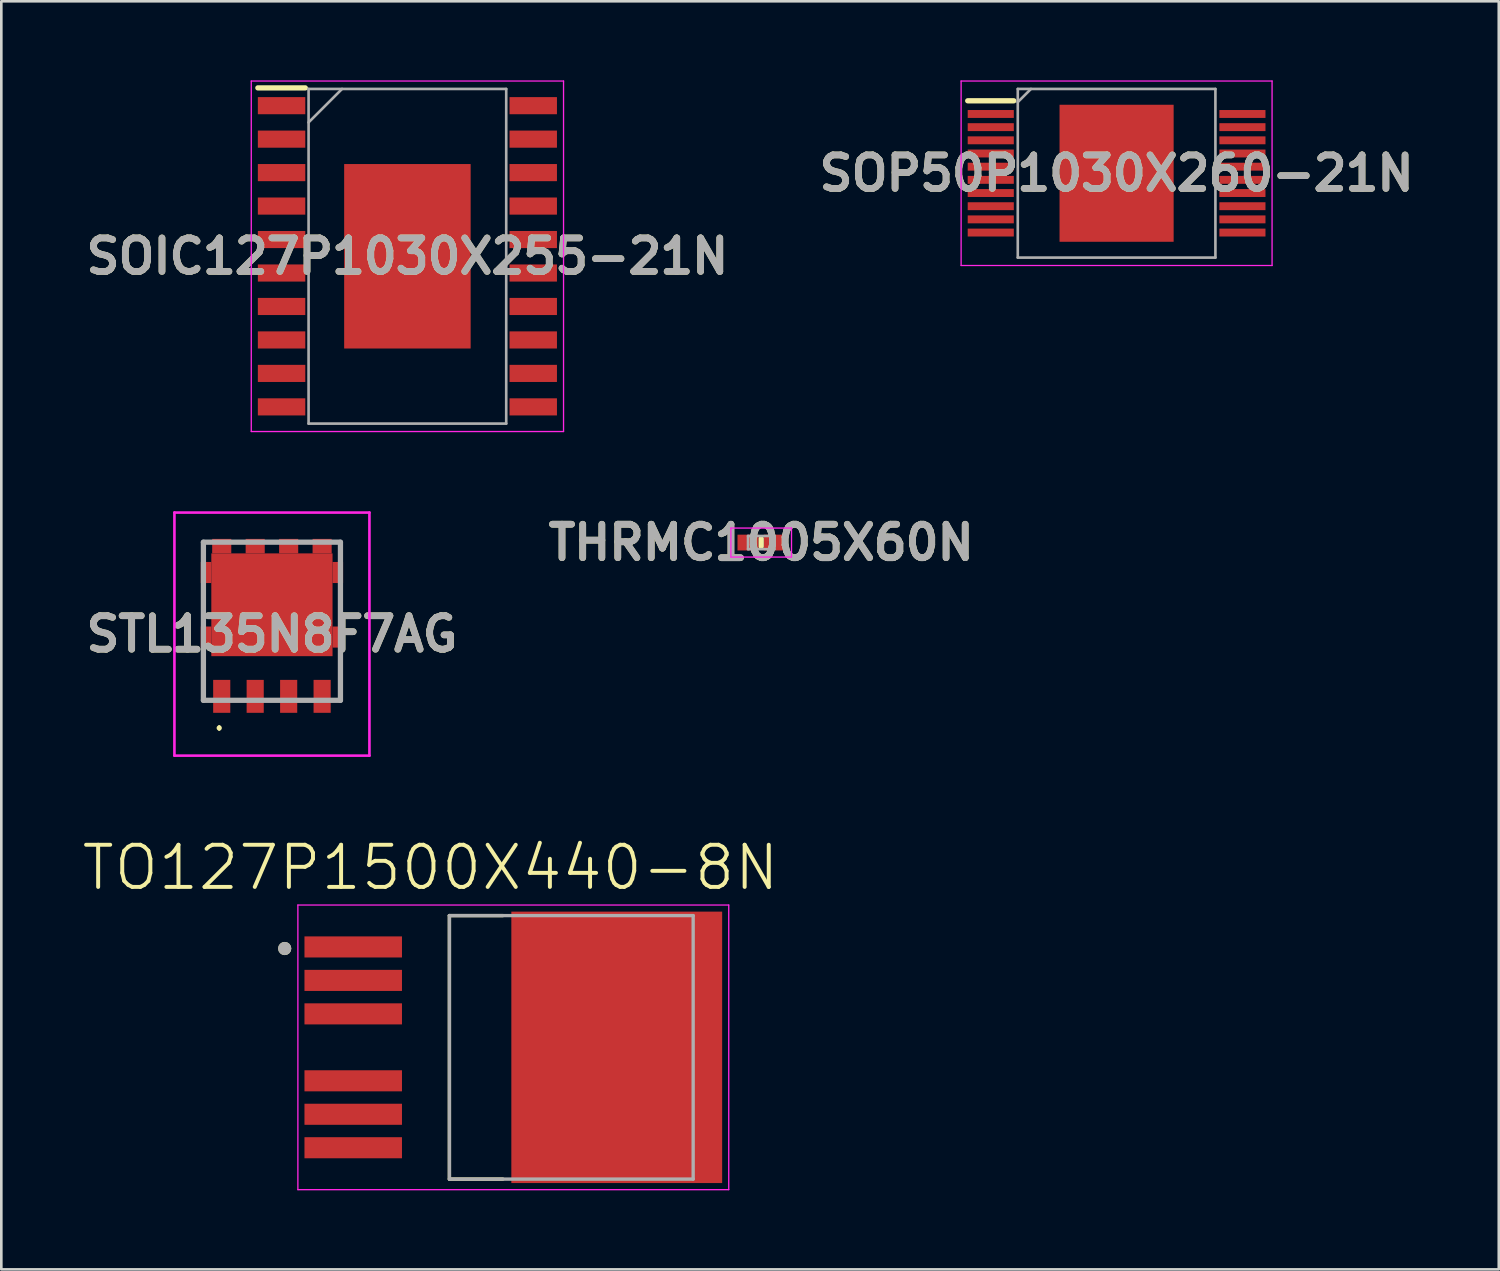
<source format=kicad_pcb>
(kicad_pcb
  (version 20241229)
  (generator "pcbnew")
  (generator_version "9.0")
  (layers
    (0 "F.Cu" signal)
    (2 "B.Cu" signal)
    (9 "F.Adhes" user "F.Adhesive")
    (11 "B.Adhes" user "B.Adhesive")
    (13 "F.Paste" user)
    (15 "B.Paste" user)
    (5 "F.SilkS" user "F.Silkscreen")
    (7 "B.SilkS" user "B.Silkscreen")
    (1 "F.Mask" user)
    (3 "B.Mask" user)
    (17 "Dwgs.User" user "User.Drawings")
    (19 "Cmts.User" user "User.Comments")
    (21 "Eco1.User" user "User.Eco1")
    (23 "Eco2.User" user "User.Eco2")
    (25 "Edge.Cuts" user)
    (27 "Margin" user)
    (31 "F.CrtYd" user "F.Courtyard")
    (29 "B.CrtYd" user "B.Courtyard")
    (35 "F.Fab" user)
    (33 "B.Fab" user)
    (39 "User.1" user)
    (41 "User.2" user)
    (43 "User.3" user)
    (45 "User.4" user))
  (footprint "SOIC127P1030X255-21N"
    (layer "F.Cu")
    (at 12.41 6.675)
    (property "Reference" "SOIC127P1030X255-21N" (at 0 0 0) (layer "F.SilkS") (effects (font (size 1.27 1.27) (thickness 0.254))))
    (attr smd)
    (fp_line (start -5.675 -6.39) (end -3.875 -6.39) (stroke (width 0.2) (type solid)) (layer "F.SilkS"))
    (fp_line (start -5.925 -6.65) (end 5.925 -6.65) (stroke (width 0.05) (type solid)) (layer "F.CrtYd"))
    (fp_line (start -5.925 6.65) (end -5.925 -6.65) (stroke (width 0.05) (type solid)) (layer "F.CrtYd"))
    (fp_line (start 5.925 -6.65) (end 5.925 6.65) (stroke (width 0.05) (type solid)) (layer "F.CrtYd"))
    (fp_line (start 5.925 6.65) (end -5.925 6.65) (stroke (width 0.05) (type solid)) (layer "F.CrtYd"))
    (fp_line (start -3.75 -6.35) (end 3.75 -6.35) (stroke (width 0.1) (type solid)) (layer "F.Fab"))
    (fp_line (start -3.75 -5.08) (end -2.48 -6.35) (stroke (width 0.1) (type solid)) (layer "F.Fab"))
    (fp_line (start -3.75 6.35) (end -3.75 -6.35) (stroke (width 0.1) (type solid)) (layer "F.Fab"))
    (fp_line (start 3.75 -6.35) (end 3.75 6.35) (stroke (width 0.1) (type solid)) (layer "F.Fab"))
    (fp_line (start 3.75 6.35) (end -3.75 6.35) (stroke (width 0.1) (type solid)) (layer "F.Fab"))
    (fp_text user "${REFERENCE}" (at 0 0 0) (layer "F.Fab") (effects (font (size 1.27 1.27) (thickness 0.254))))
    (pad "1" smd rect (at -4.775 -5.715 90) (size 0.65 1.8) (layers "F.Cu" "F.Mask" "F.Paste"))
    (pad "2" smd rect (at -4.775 -4.445 90) (size 0.65 1.8) (layers "F.Cu" "F.Mask" "F.Paste"))
    (pad "3" smd rect (at -4.775 -3.175 90) (size 0.65 1.8) (layers "F.Cu" "F.Mask" "F.Paste"))
    (pad "4" smd rect (at -4.775 -1.905 90) (size 0.65 1.8) (layers "F.Cu" "F.Mask" "F.Paste"))
    (pad "5" smd rect (at -4.775 -0.635 90) (size 0.65 1.8) (layers "F.Cu" "F.Mask" "F.Paste"))
    (pad "6" smd rect (at -4.775 0.635 90) (size 0.65 1.8) (layers "F.Cu" "F.Mask" "F.Paste"))
    (pad "7" smd rect (at -4.775 1.905 90) (size 0.65 1.8) (layers "F.Cu" "F.Mask" "F.Paste"))
    (pad "8" smd rect (at -4.775 3.175 90) (size 0.65 1.8) (layers "F.Cu" "F.Mask" "F.Paste"))
    (pad "9" smd rect (at -4.775 4.445 90) (size 0.65 1.8) (layers "F.Cu" "F.Mask" "F.Paste"))
    (pad "10" smd rect (at -4.775 5.715 90) (size 0.65 1.8) (layers "F.Cu" "F.Mask" "F.Paste"))
    (pad "11" smd rect (at 4.775 5.715 90) (size 0.65 1.8) (layers "F.Cu" "F.Mask" "F.Paste"))
    (pad "12" smd rect (at 4.775 4.445 90) (size 0.65 1.8) (layers "F.Cu" "F.Mask" "F.Paste"))
    (pad "13" smd rect (at 4.775 3.175 90) (size 0.65 1.8) (layers "F.Cu" "F.Mask" "F.Paste"))
    (pad "14" smd rect (at 4.775 1.905 90) (size 0.65 1.8) (layers "F.Cu" "F.Mask" "F.Paste"))
    (pad "15" smd rect (at 4.775 0.635 90) (size 0.65 1.8) (layers "F.Cu" "F.Mask" "F.Paste"))
    (pad "16" smd rect (at 4.775 -0.635 90) (size 0.65 1.8) (layers "F.Cu" "F.Mask" "F.Paste"))
    (pad "17" smd rect (at 4.775 -1.905 90) (size 0.65 1.8) (layers "F.Cu" "F.Mask" "F.Paste"))
    (pad "18" smd rect (at 4.775 -3.175 90) (size 0.65 1.8) (layers "F.Cu" "F.Mask" "F.Paste"))
    (pad "19" smd rect (at 4.775 -4.445 90) (size 0.65 1.8) (layers "F.Cu" "F.Mask" "F.Paste"))
    (pad "20" smd rect (at 4.775 -5.715 90) (size 0.65 1.8) (layers "F.Cu" "F.Mask" "F.Paste"))
    (pad "21" smd rect (at 0 0) (size 4.8 7) (layers "F.Cu" "F.Mask" "F.Paste")))
  (footprint "TO127P1500X440-8N"
    (layer "F.Cu")
    (at 16.429 36.694)
    (property "Reference" "TO127P1500X440-8N" (at -3.145 -6.82 0) (layer "F.SilkS") (effects (font (size 1.6 1.6) (thickness 0.15))))
    (attr through_hole)
    (fp_line (start -2.425 -5) (end -0.395 -5) (stroke (width 0.127) (type solid)) (layer "F.SilkS"))
    (fp_line (start -2.425 5) (end -2.425 -5) (stroke (width 0.127) (type solid)) (layer "F.SilkS"))
    (fp_line (start -2.425 5) (end -0.395 5) (stroke (width 0.127) (type solid)) (layer "F.SilkS"))
    (fp_circle (center -8.675 -3.75) (end -8.55 -3.75) (stroke (width 0.25) (type solid)) (fill no) (layer "F.SilkS"))
    (fp_poly (pts (xy 1.395 -3.26) (xy 6.455 -3.26) (xy 6.455 3.26) (xy 1.395 3.26)) (stroke (width 0.01) (type solid)) (fill yes) (layer "F.Paste"))
    (fp_line (start -8.175 -5.4) (end 8.175 -5.4) (stroke (width 0.05) (type solid)) (layer "F.CrtYd"))
    (fp_line (start -8.175 5.4) (end -8.175 -5.4) (stroke (width 0.05) (type solid)) (layer "F.CrtYd"))
    (fp_line (start -8.175 5.4) (end 8.175 5.4) (stroke (width 0.05) (type solid)) (layer "F.CrtYd"))
    (fp_line (start 8.175 5.4) (end 8.175 -5.4) (stroke (width 0.05) (type solid)) (layer "F.CrtYd"))
    (fp_line (start -2.425 -5) (end 6.825 -5) (stroke (width 0.127) (type solid)) (layer "F.Fab"))
    (fp_line (start -2.425 5) (end -2.425 -5) (stroke (width 0.127) (type solid)) (layer "F.Fab"))
    (fp_line (start -2.425 5) (end 6.825 5) (stroke (width 0.127) (type solid)) (layer "F.Fab"))
    (fp_line (start 6.825 5) (end 6.825 -5) (stroke (width 0.127) (type solid)) (layer "F.Fab"))
    (fp_circle (center -8.675 -3.75) (end -8.55 -3.75) (stroke (width 0.25) (type solid)) (fill no) (layer "F.Fab"))
    (pad "1" smd rect (at -6.075 -3.81) (size 3.7 0.8) (layers "F.Cu" "F.Mask" "F.Paste"))
    (pad "2" smd rect (at -6.075 -2.54) (size 3.7 0.8) (layers "F.Cu" "F.Mask" "F.Paste"))
    (pad "3" smd rect (at -6.075 -1.27) (size 3.7 0.8) (layers "F.Cu" "F.Mask" "F.Paste"))
    (pad "5" smd rect (at -6.075 1.27) (size 3.7 0.8) (layers "F.Cu" "F.Mask" "F.Paste"))
    (pad "6" smd rect (at -6.075 2.54) (size 3.7 0.8) (layers "F.Cu" "F.Mask" "F.Paste"))
    (pad "7" smd rect (at -6.075 3.81) (size 3.7 0.8) (layers "F.Cu" "F.Mask" "F.Paste"))
    (pad "8" smd rect (at 3.925 0 90) (size 10.3 8) (layers "F.Cu" "F.Mask")))
  (footprint "SOP50P1030X260-21N"
    (layer "F.Cu")
    (at 39.322 3.525)
    (property "Reference" "SOP50P1030X260-21N" (at 0 0 0) (layer "F.SilkS") (effects (font (size 1.27 1.27) (thickness 0.254))))
    (attr smd)
    (fp_line (start -5.65 -2.75) (end -3.9 -2.75) (stroke (width 0.2) (type solid)) (layer "F.SilkS"))
    (fp_line (start -5.9 -3.5) (end 5.9 -3.5) (stroke (width 0.05) (type solid)) (layer "F.CrtYd"))
    (fp_line (start -5.9 3.5) (end -5.9 -3.5) (stroke (width 0.05) (type solid)) (layer "F.CrtYd"))
    (fp_line (start 5.9 -3.5) (end 5.9 3.5) (stroke (width 0.05) (type solid)) (layer "F.CrtYd"))
    (fp_line (start 5.9 3.5) (end -5.9 3.5) (stroke (width 0.05) (type solid)) (layer "F.CrtYd"))
    (fp_line (start -3.75 -3.2) (end 3.75 -3.2) (stroke (width 0.1) (type solid)) (layer "F.Fab"))
    (fp_line (start -3.75 -2.7) (end -3.25 -3.2) (stroke (width 0.1) (type solid)) (layer "F.Fab"))
    (fp_line (start -3.75 3.2) (end -3.75 -3.2) (stroke (width 0.1) (type solid)) (layer "F.Fab"))
    (fp_line (start 3.75 -3.2) (end 3.75 3.2) (stroke (width 0.1) (type solid)) (layer "F.Fab"))
    (fp_line (start 3.75 3.2) (end -3.75 3.2) (stroke (width 0.1) (type solid)) (layer "F.Fab"))
    (fp_text user "${REFERENCE}" (at 0 0 0) (layer "F.Fab") (effects (font (size 1.27 1.27) (thickness 0.254))))
    (pad "1" smd rect (at -4.775 -2.25 90) (size 0.3 1.75) (layers "F.Cu" "F.Mask" "F.Paste"))
    (pad "2" smd rect (at -4.775 -1.75 90) (size 0.3 1.75) (layers "F.Cu" "F.Mask" "F.Paste"))
    (pad "3" smd rect (at -4.775 -1.25 90) (size 0.3 1.75) (layers "F.Cu" "F.Mask" "F.Paste"))
    (pad "4" smd rect (at -4.775 -0.75 90) (size 0.3 1.75) (layers "F.Cu" "F.Mask" "F.Paste"))
    (pad "5" smd rect (at -4.775 -0.25 90) (size 0.3 1.75) (layers "F.Cu" "F.Mask" "F.Paste"))
    (pad "6" smd rect (at -4.775 0.25 90) (size 0.3 1.75) (layers "F.Cu" "F.Mask" "F.Paste"))
    (pad "7" smd rect (at -4.775 0.75 90) (size 0.3 1.75) (layers "F.Cu" "F.Mask" "F.Paste"))
    (pad "8" smd rect (at -4.775 1.25 90) (size 0.3 1.75) (layers "F.Cu" "F.Mask" "F.Paste"))
    (pad "9" smd rect (at -4.775 1.75 90) (size 0.3 1.75) (layers "F.Cu" "F.Mask" "F.Paste"))
    (pad "10" smd rect (at -4.775 2.25 90) (size 0.3 1.75) (layers "F.Cu" "F.Mask" "F.Paste"))
    (pad "11" smd rect (at 4.775 2.25 90) (size 0.3 1.75) (layers "F.Cu" "F.Mask" "F.Paste"))
    (pad "12" smd rect (at 4.775 1.75 90) (size 0.3 1.75) (layers "F.Cu" "F.Mask" "F.Paste"))
    (pad "13" smd rect (at 4.775 1.25 90) (size 0.3 1.75) (layers "F.Cu" "F.Mask" "F.Paste"))
    (pad "14" smd rect (at 4.775 0.75 90) (size 0.3 1.75) (layers "F.Cu" "F.Mask" "F.Paste"))
    (pad "15" smd rect (at 4.775 0.25 90) (size 0.3 1.75) (layers "F.Cu" "F.Mask" "F.Paste"))
    (pad "16" smd rect (at 4.775 -0.25 90) (size 0.3 1.75) (layers "F.Cu" "F.Mask" "F.Paste"))
    (pad "17" smd rect (at 4.775 -0.75 90) (size 0.3 1.75) (layers "F.Cu" "F.Mask" "F.Paste"))
    (pad "18" smd rect (at 4.775 -1.25 90) (size 0.3 1.75) (layers "F.Cu" "F.Mask" "F.Paste"))
    (pad "19" smd rect (at 4.775 -1.75 90) (size 0.3 1.75) (layers "F.Cu" "F.Mask" "F.Paste"))
    (pad "20" smd rect (at 4.775 -2.25 90) (size 0.3 1.75) (layers "F.Cu" "F.Mask" "F.Paste"))
    (pad "21" smd rect (at 0 0) (size 4.33 5.2) (layers "F.Cu" "F.Mask" "F.Paste")))
  (footprint "STL135N8F7AG"
    (layer "F.Cu")
    (at 7.269 20.525)
    (property "Reference" "STL135N8F7AG" (at 0 0.487 0) (layer "F.SilkS") (effects (font (size 1.27 1.27) (thickness 0.254))))
    (attr smd)
    (fp_line (start -2.6 1.2) (end -2.6 3) (stroke (width 0.1) (type solid)) (layer "F.SilkS"))
    (fp_line (start -2.6 3) (end -2.4 3) (stroke (width 0.1) (type solid)) (layer "F.SilkS"))
    (fp_line (start -2 4) (end -2 4) (stroke (width 0.1) (type solid)) (layer "F.SilkS"))
    (fp_line (start -2 4.1) (end -2 4.1) (stroke (width 0.1) (type solid)) (layer "F.SilkS"))
    (fp_line (start 2.6 1.4) (end 2.6 3) (stroke (width 0.1) (type solid)) (layer "F.SilkS"))
    (fp_line (start 2.6 3) (end 2.4 3) (stroke (width 0.1) (type solid)) (layer "F.SilkS"))
    (fp_arc (start -2 4) (mid -1.95 4.05) (end -2 4.1) (stroke (width 0.1) (type solid)) (layer "F.SilkS"))
    (fp_arc (start -2 4.1) (mid -2.05 4.05) (end -2 4) (stroke (width 0.1) (type solid)) (layer "F.SilkS"))
    (fp_line (start -3.7 -4.125) (end 3.7 -4.125) (stroke (width 0.1) (type solid)) (layer "F.CrtYd"))
    (fp_line (start -3.7 5.1) (end -3.7 -4.125) (stroke (width 0.1) (type solid)) (layer "F.CrtYd"))
    (fp_line (start 3.7 -4.125) (end 3.7 5.1) (stroke (width 0.1) (type solid)) (layer "F.CrtYd"))
    (fp_line (start 3.7 5.1) (end -3.7 5.1) (stroke (width 0.1) (type solid)) (layer "F.CrtYd"))
    (fp_line (start -2.6 -3) (end 2.6 -3) (stroke (width 0.2) (type solid)) (layer "F.Fab"))
    (fp_line (start -2.6 3) (end -2.6 -3) (stroke (width 0.2) (type solid)) (layer "F.Fab"))
    (fp_line (start 2.6 -3) (end 2.6 3) (stroke (width 0.2) (type solid)) (layer "F.Fab"))
    (fp_line (start 2.6 3) (end -2.6 3) (stroke (width 0.2) (type solid)) (layer "F.Fab"))
    (fp_text user "${REFERENCE}" (at 0 0.487 0) (layer "F.Fab") (effects (font (size 1.27 1.27) (thickness 0.254))))
    (pad "1" smd rect (at -1.905 2.85) (size 0.65 1.25) (layers "F.Cu" "F.Mask" "F.Paste"))
    (pad "2" smd rect (at -0.635 2.85) (size 0.65 1.25) (layers "F.Cu" "F.Mask" "F.Paste"))
    (pad "3" smd rect (at 0.635 2.85) (size 0.65 1.25) (layers "F.Cu" "F.Mask" "F.Paste"))
    (pad "4" smd rect (at 1.905 2.85) (size 0.65 1.25) (layers "F.Cu" "F.Mask" "F.Paste"))
    (pad "5" smd rect (at 1.905 -2.85 90) (size 0.55 0.725) (layers "F.Cu" "F.Mask" "F.Paste"))
    (pad "6" smd rect (at 0.635 -2.85 90) (size 0.55 0.725) (layers "F.Cu" "F.Mask" "F.Paste"))
    (pad "7" smd rect (at -0.635 -2.85 90) (size 0.55 0.725) (layers "F.Cu" "F.Mask" "F.Paste"))
    (pad "8" smd rect (at -1.905 -2.85 90) (size 0.55 0.725) (layers "F.Cu" "F.Mask" "F.Paste"))
    (pad "9" smd rect (at 0 -0.625 90) (size 3.9 4.6) (layers "F.Cu" "F.Mask" "F.Paste"))
    (pad "10" smd rect (at 2.5 -1.85) (size 0.4 0.8) (layers "F.Cu" "F.Mask" "F.Paste"))
    (pad "11" smd rect (at 2.5 0.6) (size 0.4 0.8) (layers "F.Cu" "F.Mask" "F.Paste"))
    (pad "12" smd rect (at -2.5 -1.85) (size 0.4 0.8) (layers "F.Cu" "F.Mask" "F.Paste"))
    (pad "13" smd rect (at -2.5 0.6) (size 0.4 0.8) (layers "F.Cu" "F.Mask" "F.Paste")))
  (footprint "THRMC1005X60N"
    (layer "F.Cu")
    (at 25.836 17.539)
    (property "Reference" "THRMC1005X60N" (at 0 0 0) (layer "F.SilkS") (effects (font (size 1.27 1.27) (thickness 0.254))))
    (attr smd)
    (fp_line (start 0 -0.15) (end 0 0.15) (stroke (width 0.2) (type solid)) (layer "F.SilkS"))
    (fp_line (start -1.15 -0.55) (end 1.15 -0.55) (stroke (width 0.05) (type solid)) (layer "F.CrtYd"))
    (fp_line (start -1.15 0.55) (end -1.15 -0.55) (stroke (width 0.05) (type solid)) (layer "F.CrtYd"))
    (fp_line (start 1.15 -0.55) (end 1.15 0.55) (stroke (width 0.05) (type solid)) (layer "F.CrtYd"))
    (fp_line (start 1.15 0.55) (end -1.15 0.55) (stroke (width 0.05) (type solid)) (layer "F.CrtYd"))
    (fp_line (start -0.5 -0.25) (end 0.5 -0.25) (stroke (width 0.1) (type solid)) (layer "F.Fab"))
    (fp_line (start -0.5 0.25) (end -0.5 -0.25) (stroke (width 0.1) (type solid)) (layer "F.Fab"))
    (fp_line (start 0.5 -0.25) (end 0.5 0.25) (stroke (width 0.1) (type solid)) (layer "F.Fab"))
    (fp_line (start 0.5 0.25) (end -0.5 0.25) (stroke (width 0.1) (type solid)) (layer "F.Fab"))
    (fp_text user "${REFERENCE}" (at 0 0 0) (layer "F.Fab") (effects (font (size 1.27 1.27) (thickness 0.254))))
    (pad "1" smd rect (at -0.5 0 90) (size 0.6 0.8) (layers "F.Cu" "F.Mask" "F.Paste"))
    (pad "2" smd rect (at 0.5 0 90) (size 0.6 0.8) (layers "F.Cu" "F.Mask" "F.Paste")))
  (gr_rect
    (start -3 -3)
    (end 53.825 45.119)
    (stroke (width 0.1) (type default))
    (fill no)
    (layer "Edge.Cuts")))
</source>
